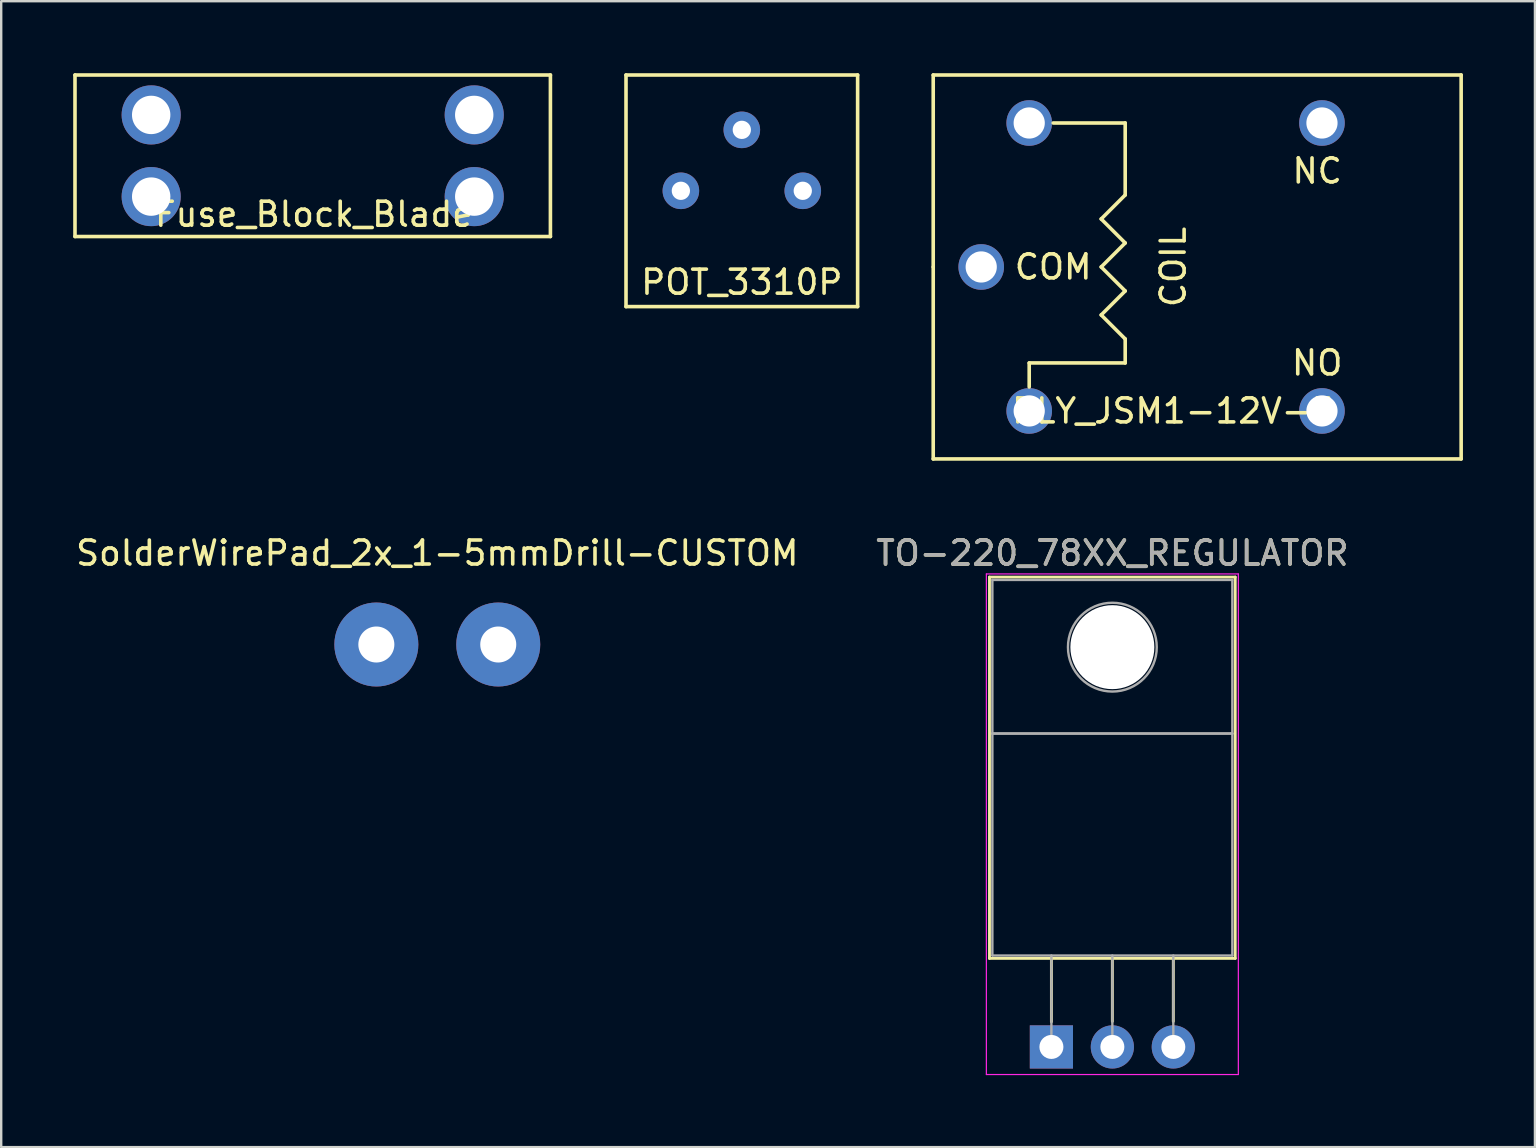
<source format=kicad_pcb>
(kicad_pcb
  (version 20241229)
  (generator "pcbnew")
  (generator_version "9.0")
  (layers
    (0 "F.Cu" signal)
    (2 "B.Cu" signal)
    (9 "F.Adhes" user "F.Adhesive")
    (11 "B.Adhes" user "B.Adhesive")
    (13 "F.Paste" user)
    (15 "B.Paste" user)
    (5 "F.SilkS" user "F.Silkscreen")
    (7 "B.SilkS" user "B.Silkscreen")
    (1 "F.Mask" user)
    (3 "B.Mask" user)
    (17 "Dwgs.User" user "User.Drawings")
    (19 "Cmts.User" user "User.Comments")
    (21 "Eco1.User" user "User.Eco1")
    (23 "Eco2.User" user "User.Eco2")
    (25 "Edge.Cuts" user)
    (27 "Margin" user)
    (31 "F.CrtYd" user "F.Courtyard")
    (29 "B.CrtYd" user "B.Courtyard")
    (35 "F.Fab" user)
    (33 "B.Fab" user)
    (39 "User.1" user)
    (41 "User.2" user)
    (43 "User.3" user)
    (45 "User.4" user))
  (footprint "POT_3310P"
    (layer "F.Cu")
    (at 27.863 4.901)
    (property "Reference" "POT_3310P" (at 0 3.81 0) (layer "F.SilkS") (effects (font (size 1 1) (thickness 0.15))))
    (attr through_hole)
    (fp_line (start -4.826 4.826) (end -4.826 -4.826) (stroke (width 0.15) (type solid)) (layer "F.SilkS"))
    (fp_line (start -4.826 4.826) (end 4.826 4.826) (stroke (width 0.15) (type solid)) (layer "F.SilkS"))
    (fp_line (start 4.826 -4.826) (end -4.826 -4.826) (stroke (width 0.15) (type solid)) (layer "F.SilkS"))
    (fp_line (start 4.826 4.826) (end 4.826 -4.826) (stroke (width 0.15) (type solid)) (layer "F.SilkS"))
    (pad "1" thru_hole circle (at -2.54 0) (size 1.524 1.524) (drill 0.762) (layers "*.Cu" "*.Mask"))
    (pad "2" thru_hole circle (at 0 -2.54) (size 1.524 1.524) (drill 0.762) (layers "*.Cu" "*.Mask"))
    (pad "3" thru_hole circle (at 2.54 0) (size 1.524 1.524) (drill 0.762) (layers "*.Cu" "*.Mask")))
  (footprint "RLY_JSM1-12V-5"
    (layer "F.Cu")
    (at 45.839 8.075)
    (property "Reference" "RLY_JSM1-12V-5" (at 0 6 0) (layer "F.SilkS") (effects (font (size 1 1) (thickness 0.15))))
    (attr through_hole)
    (fp_line (start -10 -8) (end 12 -8) (stroke (width 0.15) (type solid)) (layer "F.SilkS"))
    (fp_line (start -10 0) (end -10 -8) (stroke (width 0.15) (type solid)) (layer "F.SilkS"))
    (fp_line (start -10 8) (end -10 0) (stroke (width 0.15) (type solid)) (layer "F.SilkS"))
    (fp_line (start -6 4) (end -6 5) (stroke (width 0.15) (type solid)) (layer "F.SilkS"))
    (fp_line (start -5 -6) (end -2 -6) (stroke (width 0.15) (type solid)) (layer "F.SilkS"))
    (fp_line (start -3 -2) (end -2 -1) (stroke (width 0.15) (type solid)) (layer "F.SilkS"))
    (fp_line (start -3 0) (end -2 1) (stroke (width 0.15) (type solid)) (layer "F.SilkS"))
    (fp_line (start -3 2) (end -2 3) (stroke (width 0.15) (type solid)) (layer "F.SilkS"))
    (fp_line (start -2 -6) (end -2 -3) (stroke (width 0.15) (type solid)) (layer "F.SilkS"))
    (fp_line (start -2 -3) (end -3 -2) (stroke (width 0.15) (type solid)) (layer "F.SilkS"))
    (fp_line (start -2 -1) (end -3 0) (stroke (width 0.15) (type solid)) (layer "F.SilkS"))
    (fp_line (start -2 1) (end -3 2) (stroke (width 0.15) (type solid)) (layer "F.SilkS"))
    (fp_line (start -2 3) (end -2 4) (stroke (width 0.15) (type solid)) (layer "F.SilkS"))
    (fp_line (start -2 4) (end -6 4) (stroke (width 0.15) (type solid)) (layer "F.SilkS"))
    (fp_line (start 12 -8) (end 12 8) (stroke (width 0.15) (type solid)) (layer "F.SilkS"))
    (fp_line (start 12 8) (end -10 8) (stroke (width 0.15) (type solid)) (layer "F.SilkS"))
    (fp_text user "NC" (at 6 -4 0) (layer "F.SilkS") (effects (font (size 1 1) (thickness 0.15))))
    (fp_text user "COIL" (at 0 0 90) (layer "F.SilkS") (effects (font (size 1 1) (thickness 0.15))))
    (fp_text user "COM" (at -5 0 0) (layer "F.SilkS") (effects (font (size 1 1) (thickness 0.15))))
    (fp_text user "NO" (at 6 4 0) (layer "F.SilkS") (effects (font (size 1 1) (thickness 0.15))))
    (pad "1" thru_hole circle (at -6 6) (size 1.9 1.9) (drill 1.3) (layers "*.Cu" "*.Mask"))
    (pad "2" thru_hole circle (at -6 -6) (size 1.9 1.9) (drill 1.3) (layers "*.Cu" "*.Mask"))
    (pad "3" thru_hole circle (at -8 0) (size 1.9 1.9) (drill 1.3) (layers "*.Cu" "*.Mask"))
    (pad "4" thru_hole circle (at 6.2 -6) (size 1.9 1.9) (drill 1.3) (layers "*.Cu" "*.Mask"))
    (pad "5" thru_hole circle (at 6.2 6) (size 1.9 1.9) (drill 1.3) (layers "*.Cu" "*.Mask")))
  (footprint "SolderWirePad_2x_1-5mmDrill-CUSTOM"
    (layer "F.Cu")
    (at 15.173 23.808)
    (property "Reference" "SolderWirePad_2x_1-5mmDrill-CUSTOM" (at 0 -3.81 0) (layer "F.SilkS") (effects (font (size 1 1) (thickness 0.15))))
    (attr through_hole)
    (pad "1" thru_hole circle (at -2.54 0) (size 3.5 3.5) (drill 1.501) (layers "*.Cu" "*.Mask"))
    (pad "2" thru_hole circle (at 2.54 0) (size 3.5 3.5) (drill 1.501) (layers "*.Cu" "*.Mask")))
  (footprint "TO-220_78XX_REGULATOR"
    (layer "F.Cu")
    (at 40.764 40.578)
    (property "Reference" "TO-220_78XX_REGULATOR" (at 2.54 -20.58 0) (layer "F.SilkS") (effects (font (size 1 1) (thickness 0.15))))
    (attr through_hole)
    (fp_line (start -2.58 -19.58) (end -2.58 -3.69) (stroke (width 0.12) (type solid)) (layer "F.SilkS"))
    (fp_line (start -2.58 -19.58) (end 7.66 -19.58) (stroke (width 0.12) (type solid)) (layer "F.SilkS"))
    (fp_line (start -2.58 -3.69) (end 7.66 -3.69) (stroke (width 0.12) (type solid)) (layer "F.SilkS"))
    (fp_line (start 0 -3.69) (end 0 -1.05) (stroke (width 0.12) (type solid)) (layer "F.SilkS"))
    (fp_line (start 2.54 -3.69) (end 2.54 -1.066) (stroke (width 0.12) (type solid)) (layer "F.SilkS"))
    (fp_line (start 5.08 -3.69) (end 5.08 -1.066) (stroke (width 0.12) (type solid)) (layer "F.SilkS"))
    (fp_line (start 7.66 -19.58) (end 7.66 -3.69) (stroke (width 0.12) (type solid)) (layer "F.SilkS"))
    (fp_line (start -2.71 -19.71) (end -2.71 1.15) (stroke (width 0.05) (type solid)) (layer "F.CrtYd"))
    (fp_line (start -2.71 1.15) (end 7.79 1.15) (stroke (width 0.05) (type solid)) (layer "F.CrtYd"))
    (fp_line (start 7.79 -19.71) (end -2.71 -19.71) (stroke (width 0.05) (type solid)) (layer "F.CrtYd"))
    (fp_line (start 7.79 1.15) (end 7.79 -19.71) (stroke (width 0.05) (type solid)) (layer "F.CrtYd"))
    (fp_line (start -2.46 -19.46) (end 7.54 -19.46) (stroke (width 0.1) (type solid)) (layer "F.Fab"))
    (fp_line (start -2.46 -13.06) (end -2.46 -19.46) (stroke (width 0.1) (type solid)) (layer "F.Fab"))
    (fp_line (start -2.46 -13.06) (end 7.54 -13.06) (stroke (width 0.1) (type solid)) (layer "F.Fab"))
    (fp_line (start -2.46 -3.81) (end -2.46 -13.06) (stroke (width 0.1) (type solid)) (layer "F.Fab"))
    (fp_line (start 0 -3.81) (end 0 0) (stroke (width 0.1) (type solid)) (layer "F.Fab"))
    (fp_line (start 2.54 -3.81) (end 2.54 0) (stroke (width 0.1) (type solid)) (layer "F.Fab"))
    (fp_line (start 5.08 -3.81) (end 5.08 0) (stroke (width 0.1) (type solid)) (layer "F.Fab"))
    (fp_line (start 7.54 -19.46) (end 7.54 -13.06) (stroke (width 0.1) (type solid)) (layer "F.Fab"))
    (fp_line (start 7.54 -13.06) (end -2.46 -13.06) (stroke (width 0.1) (type solid)) (layer "F.Fab"))
    (fp_line (start 7.54 -13.06) (end 7.54 -3.81) (stroke (width 0.1) (type solid)) (layer "F.Fab"))
    (fp_line (start 7.54 -3.81) (end -2.46 -3.81) (stroke (width 0.1) (type solid)) (layer "F.Fab"))
    (fp_circle (center 2.54 -16.66) (end 4.39 -16.66) (stroke (width 0.1) (type solid)) (fill no) (layer "F.Fab"))
    (fp_text user "${REFERENCE}" (at 2.54 -20.58 0) (layer "F.Fab") (effects (font (size 1 1) (thickness 0.15))))
    (pad "" np_thru_hole oval (at 2.54 -16.66) (size 3.5 3.5) (drill 3.5) (layers "*.Cu" "*.Mask"))
    (pad "GND" thru_hole oval (at 2.54 0) (size 1.8 1.8) (drill 1) (layers "*.Cu" "*.Mask"))
    (pad "VI" thru_hole rect (at 0 0) (size 1.8 1.8) (drill 1) (layers "*.Cu" "*.Mask"))
    (pad "VO" thru_hole oval (at 5.08 0) (size 1.8 1.8) (drill 1) (layers "*.Cu" "*.Mask")))
  (footprint "Fuse_Block_Blade"
    (layer "F.Cu")
    (at 9.981 3.441)
    (property "Reference" "Fuse_Block_Blade" (at 0.051 2.438 0) (layer "F.SilkS") (effects (font (size 1 1) (thickness 0.15))))
    (attr through_hole)
    (fp_line (start -9.906 -3.365) (end -9.906 3.365) (stroke (width 0.15) (type solid)) (layer "F.SilkS"))
    (fp_line (start -9.906 -3.365) (end 9.906 -3.365) (stroke (width 0.15) (type solid)) (layer "F.SilkS"))
    (fp_line (start 9.906 -3.365) (end 9.906 3.365) (stroke (width 0.15) (type solid)) (layer "F.SilkS"))
    (fp_line (start 9.906 3.365) (end -9.906 3.365) (stroke (width 0.15) (type solid)) (layer "F.SilkS"))
    (pad "1" thru_hole circle (at -6.731 -1.702) (size 2.464 2.464) (drill 1.6) (layers "*.Cu" "*.Mask"))
    (pad "1" thru_hole circle (at -6.731 1.702) (size 2.464 2.464) (drill 1.6) (layers "*.Cu" "*.Mask"))
    (pad "2" thru_hole circle (at 6.731 -1.702) (size 2.464 2.464) (drill 1.6) (layers "*.Cu" "*.Mask"))
    (pad "2" thru_hole circle (at 6.731 1.702) (size 2.464 2.464) (drill 1.6) (layers "*.Cu" "*.Mask")))
  (gr_rect
    (start -3 -3)
    (end 60.914 44.753)
    (stroke (width 0.1) (type default))
    (fill no)
    (layer "Edge.Cuts")))
</source>
